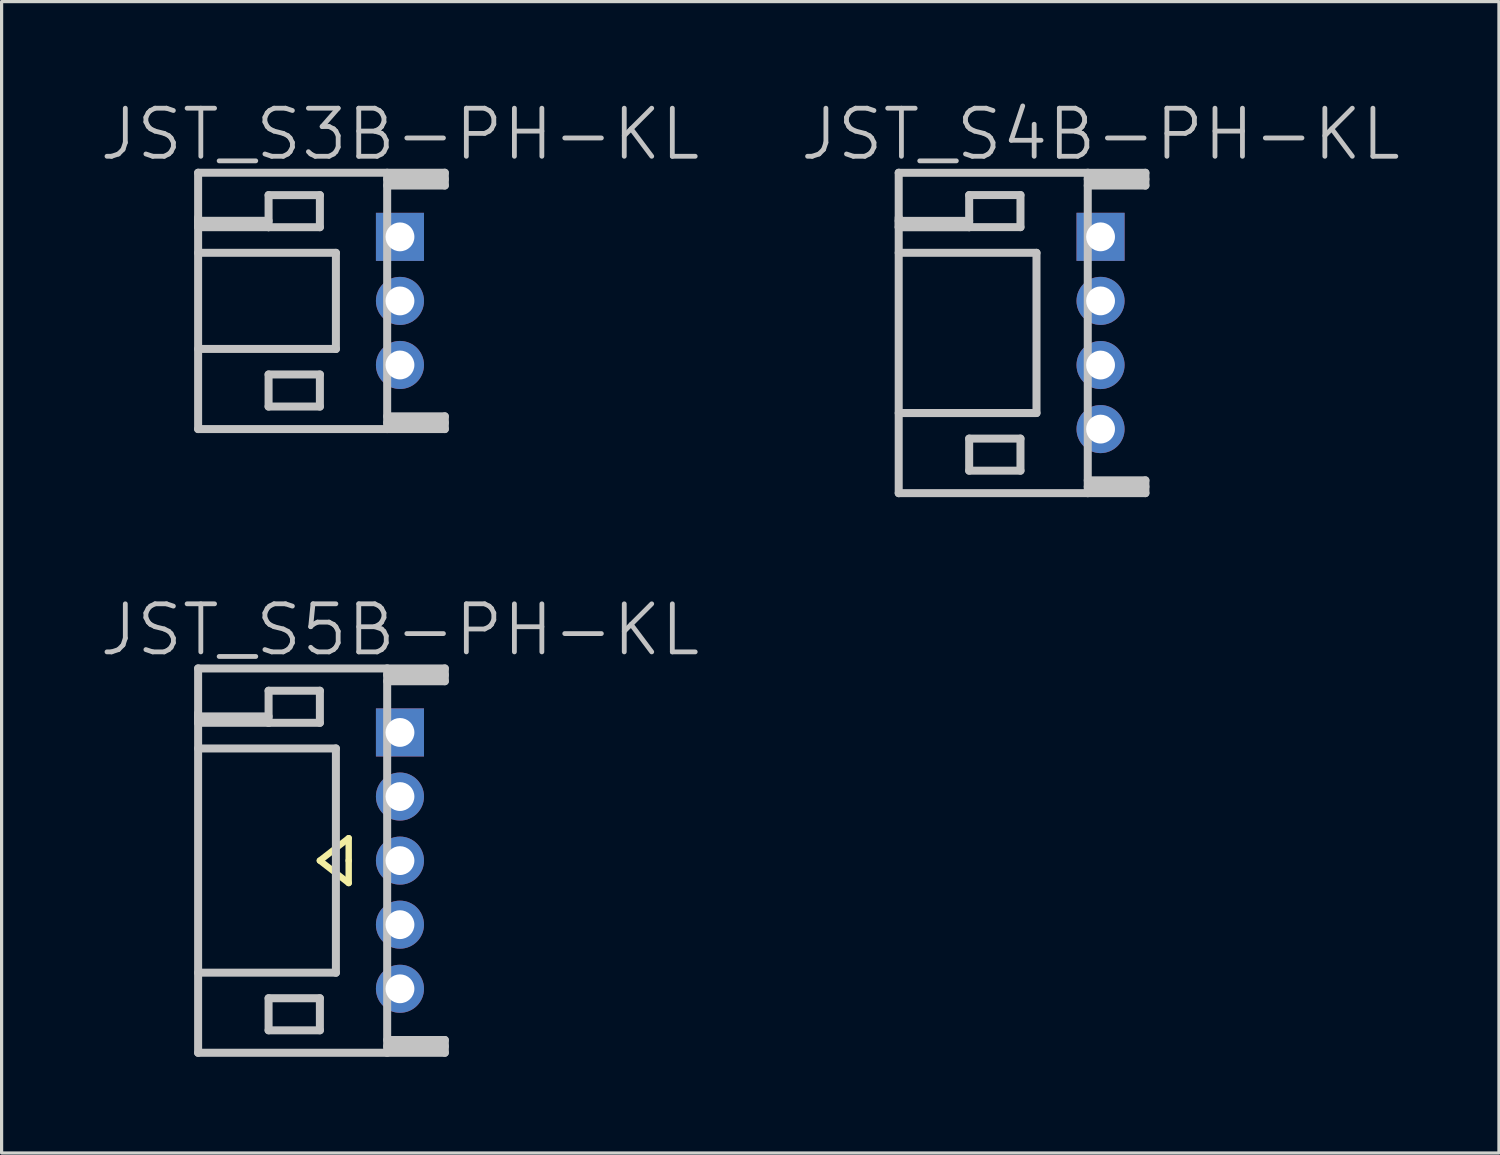
<source format=kicad_pcb>
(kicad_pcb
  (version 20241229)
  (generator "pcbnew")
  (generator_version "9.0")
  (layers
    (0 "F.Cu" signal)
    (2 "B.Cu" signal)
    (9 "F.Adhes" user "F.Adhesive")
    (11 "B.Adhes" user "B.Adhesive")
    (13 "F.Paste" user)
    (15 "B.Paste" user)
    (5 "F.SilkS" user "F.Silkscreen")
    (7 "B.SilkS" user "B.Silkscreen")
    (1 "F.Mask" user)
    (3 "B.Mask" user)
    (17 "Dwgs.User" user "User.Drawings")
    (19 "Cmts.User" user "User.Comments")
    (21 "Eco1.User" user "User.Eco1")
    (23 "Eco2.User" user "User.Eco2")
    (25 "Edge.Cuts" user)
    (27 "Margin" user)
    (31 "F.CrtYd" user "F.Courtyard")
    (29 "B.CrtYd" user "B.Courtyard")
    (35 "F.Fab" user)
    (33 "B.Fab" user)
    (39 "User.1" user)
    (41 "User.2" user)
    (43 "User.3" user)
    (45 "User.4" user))
  (footprint "JST_S3B-PH-KL"
    (layer "F.Cu")
    (at 9.432 6.341)
    (property "Reference" "JST_S3B-PH-KL" (at 0 -5.2 180) (layer "Dwgs.User") (effects (font (size 1.5 1.5) (thickness 0.15))))
    (attr through_hole)
    (fp_line (start -6.299 -4) (end -6.299 4) (stroke (width 0.25) (type solid)) (layer "Dwgs.User"))
    (fp_line (start -6.299 -2.501) (end -4.1 -2.501) (stroke (width 0.25) (type solid)) (layer "Dwgs.User"))
    (fp_line (start -6.299 -2.301) (end -6.299 -2.601) (stroke (width 0.25) (type solid)) (layer "Dwgs.User"))
    (fp_line (start -6.299 4) (end 1.4 4) (stroke (width 0.25) (type solid)) (layer "Dwgs.User"))
    (fp_line (start -4.1 -3.302) (end -2.499 -3.302) (stroke (width 0.25) (type solid)) (layer "Dwgs.User"))
    (fp_line (start -4.1 -2.301) (end -6.299 -2.301) (stroke (width 0.25) (type solid)) (layer "Dwgs.User"))
    (fp_line (start -4.1 -2.301) (end -4.1 -3.302) (stroke (width 0.25) (type solid)) (layer "Dwgs.User"))
    (fp_line (start -4.1 2.296) (end -2.499 2.296) (stroke (width 0.25) (type solid)) (layer "Dwgs.User"))
    (fp_line (start -4.1 3.297) (end -4.1 2.296) (stroke (width 0.25) (type solid)) (layer "Dwgs.User"))
    (fp_line (start -2.499 -3.302) (end -2.499 -2.301) (stroke (width 0.25) (type solid)) (layer "Dwgs.User"))
    (fp_line (start -2.499 -2.301) (end -4.1 -2.301) (stroke (width 0.25) (type solid)) (layer "Dwgs.User"))
    (fp_line (start -2.499 2.296) (end -2.499 3.297) (stroke (width 0.25) (type solid)) (layer "Dwgs.User"))
    (fp_line (start -2.499 3.297) (end -4.1 3.297) (stroke (width 0.25) (type solid)) (layer "Dwgs.User"))
    (fp_line (start -1.999 -1.501) (end -6.299 -1.501) (stroke (width 0.25) (type solid)) (layer "Dwgs.User"))
    (fp_line (start -1.999 -1.501) (end -1.999 1.501) (stroke (width 0.25) (type solid)) (layer "Dwgs.User"))
    (fp_line (start -1.999 1.499) (end -6.299 1.499) (stroke (width 0.25) (type solid)) (layer "Dwgs.User"))
    (fp_line (start -0.399 -4) (end -0.399 4) (stroke (width 0.25) (type solid)) (layer "Dwgs.User"))
    (fp_line (start -0.399 -3.602) (end 1.4 -3.602) (stroke (width 0.25) (type solid)) (layer "Dwgs.User"))
    (fp_line (start 1.4 -4) (end -6.299 -4) (stroke (width 0.25) (type solid)) (layer "Dwgs.User"))
    (fp_line (start 1.4 -3.8) (end -0.399 -3.8) (stroke (width 0.25) (type solid)) (layer "Dwgs.User"))
    (fp_line (start 1.4 -3.602) (end 1.4 -4) (stroke (width 0.25) (type solid)) (layer "Dwgs.User"))
    (fp_line (start 1.4 3.602) (end -0.399 3.602) (stroke (width 0.25) (type solid)) (layer "Dwgs.User"))
    (fp_line (start 1.4 3.8) (end -0.399 3.8) (stroke (width 0.25) (type solid)) (layer "Dwgs.User"))
    (fp_line (start 1.4 4) (end 1.4 3.602) (stroke (width 0.25) (type solid)) (layer "Dwgs.User"))
    (pad "1" thru_hole rect (at 0 -1.999 270) (size 1.5 1.5) (drill 0.9) (layers "*.Cu" "*.Mask"))
    (pad "2" thru_hole circle (at 0 0 270) (size 1.5 1.5) (drill 0.9) (layers "*.Cu" "*.Mask"))
    (pad "3" thru_hole circle (at 0 1.999 270) (size 1.5 1.5) (drill 0.9) (layers "*.Cu" "*.Mask")))
  (footprint "JST_S4B-PH-KL"
    (layer "F.Cu")
    (at 31.296 7.341)
    (property "Reference" "JST_S4B-PH-KL" (at 0 -6.2 180) (layer "Dwgs.User") (effects (font (size 1.5 1.5) (thickness 0.15))))
    (attr through_hole)
    (fp_line (start -6.299 -5.001) (end -6.299 5.001) (stroke (width 0.25) (type solid)) (layer "Dwgs.User"))
    (fp_line (start -6.299 -3.499) (end -4.1 -3.499) (stroke (width 0.25) (type solid)) (layer "Dwgs.User"))
    (fp_line (start -6.299 -3.299) (end -6.299 -3.599) (stroke (width 0.25) (type solid)) (layer "Dwgs.User"))
    (fp_line (start -6.299 4.999) (end 1.4 4.999) (stroke (width 0.25) (type solid)) (layer "Dwgs.User"))
    (fp_line (start -4.1 -4.303) (end -2.499 -4.303) (stroke (width 0.25) (type solid)) (layer "Dwgs.User"))
    (fp_line (start -4.1 -3.302) (end -4.1 -4.303) (stroke (width 0.25) (type solid)) (layer "Dwgs.User"))
    (fp_line (start -4.1 -3.299) (end -6.299 -3.299) (stroke (width 0.25) (type solid)) (layer "Dwgs.User"))
    (fp_line (start -4.1 3.297) (end -2.499 3.297) (stroke (width 0.25) (type solid)) (layer "Dwgs.User"))
    (fp_line (start -4.1 4.298) (end -4.1 3.297) (stroke (width 0.25) (type solid)) (layer "Dwgs.User"))
    (fp_line (start -2.499 -4.303) (end -2.499 -3.302) (stroke (width 0.25) (type solid)) (layer "Dwgs.User"))
    (fp_line (start -2.499 -3.302) (end -4.1 -3.302) (stroke (width 0.25) (type solid)) (layer "Dwgs.User"))
    (fp_line (start -2.499 3.297) (end -2.499 4.298) (stroke (width 0.25) (type solid)) (layer "Dwgs.User"))
    (fp_line (start -2.499 4.298) (end -4.1 4.298) (stroke (width 0.25) (type solid)) (layer "Dwgs.User"))
    (fp_line (start -1.999 -2.502) (end -6.299 -2.502) (stroke (width 0.25) (type solid)) (layer "Dwgs.User"))
    (fp_line (start -1.999 2.499) (end -6.299 2.499) (stroke (width 0.25) (type solid)) (layer "Dwgs.User"))
    (fp_line (start -1.999 2.499) (end -1.999 -2.499) (stroke (width 0.25) (type solid)) (layer "Dwgs.User"))
    (fp_line (start -0.399 -5.001) (end -0.399 5.001) (stroke (width 0.25) (type solid)) (layer "Dwgs.User"))
    (fp_line (start -0.399 -4.6) (end 1.4 -4.6) (stroke (width 0.25) (type solid)) (layer "Dwgs.User"))
    (fp_line (start 1.4 -4.999) (end -6.299 -4.999) (stroke (width 0.25) (type solid)) (layer "Dwgs.User"))
    (fp_line (start 1.4 -4.798) (end -0.399 -4.798) (stroke (width 0.25) (type solid)) (layer "Dwgs.User"))
    (fp_line (start 1.4 -4.6) (end 1.4 -4.999) (stroke (width 0.25) (type solid)) (layer "Dwgs.User"))
    (fp_line (start 1.4 4.6) (end -0.399 4.6) (stroke (width 0.25) (type solid)) (layer "Dwgs.User"))
    (fp_line (start 1.4 4.798) (end -0.399 4.798) (stroke (width 0.25) (type solid)) (layer "Dwgs.User"))
    (fp_line (start 1.4 4.999) (end 1.4 4.6) (stroke (width 0.25) (type solid)) (layer "Dwgs.User"))
    (pad "1" thru_hole rect (at 0 -3 270) (size 1.5 1.5) (drill 0.9) (layers "*.Cu" "*.Mask"))
    (pad "2" thru_hole circle (at 0 -1.001 270) (size 1.5 1.5) (drill 0.9) (layers "*.Cu" "*.Mask"))
    (pad "3" thru_hole circle (at 0 1.001 270) (size 1.5 1.5) (drill 0.9) (layers "*.Cu" "*.Mask"))
    (pad "4" thru_hole circle (at 0 3 270) (size 1.5 1.5) (drill 0.9) (layers "*.Cu" "*.Mask")))
  (footprint "JST_S5B-PH-KL"
    (layer "F.Cu")
    (at 9.432 23.808)
    (property "Reference" "JST_S5B-PH-KL" (at 0 -7.2 180) (layer "Dwgs.User") (effects (font (size 1.5 1.5) (thickness 0.15))))
    (attr through_hole)
    (fp_line (start -2.5 0) (end -1.6 0.7) (stroke (width 0.2) (type solid)) (layer "F.SilkS"))
    (fp_line (start -1.6 -0.7) (end -2.5 0) (stroke (width 0.2) (type solid)) (layer "F.SilkS"))
    (fp_line (start -1.6 0) (end -1.6 -0.7) (stroke (width 0.2) (type solid)) (layer "F.SilkS"))
    (fp_line (start -1.6 0.7) (end -1.6 0) (stroke (width 0.2) (type solid)) (layer "F.SilkS"))
    (fp_line (start -6.299 -5.999) (end -6.299 5.999) (stroke (width 0.25) (type solid)) (layer "Dwgs.User"))
    (fp_line (start -6.299 -4.5) (end -4.1 -4.5) (stroke (width 0.25) (type solid)) (layer "Dwgs.User"))
    (fp_line (start -6.299 -4.3) (end -6.299 -4.6) (stroke (width 0.25) (type solid)) (layer "Dwgs.User"))
    (fp_line (start -6.299 5.997) (end 1.4 5.997) (stroke (width 0.25) (type solid)) (layer "Dwgs.User"))
    (fp_line (start -4.1 -5.301) (end -2.499 -5.301) (stroke (width 0.25) (type solid)) (layer "Dwgs.User"))
    (fp_line (start -4.1 -4.3) (end -6.299 -4.3) (stroke (width 0.25) (type solid)) (layer "Dwgs.User"))
    (fp_line (start -4.1 -4.3) (end -4.1 -5.301) (stroke (width 0.25) (type solid)) (layer "Dwgs.User"))
    (fp_line (start -4.1 4.295) (end -2.499 4.295) (stroke (width 0.25) (type solid)) (layer "Dwgs.User"))
    (fp_line (start -4.1 5.296) (end -4.1 4.295) (stroke (width 0.25) (type solid)) (layer "Dwgs.User"))
    (fp_line (start -2.499 -5.301) (end -2.499 -4.3) (stroke (width 0.25) (type solid)) (layer "Dwgs.User"))
    (fp_line (start -2.499 -4.3) (end -4.1 -4.3) (stroke (width 0.25) (type solid)) (layer "Dwgs.User"))
    (fp_line (start -2.499 4.295) (end -2.499 5.296) (stroke (width 0.25) (type solid)) (layer "Dwgs.User"))
    (fp_line (start -2.499 5.296) (end -4.1 5.296) (stroke (width 0.25) (type solid)) (layer "Dwgs.User"))
    (fp_line (start -1.999 -3.5) (end -6.299 -3.5) (stroke (width 0.25) (type solid)) (layer "Dwgs.User"))
    (fp_line (start -1.999 -3.5) (end -1.999 3.5) (stroke (width 0.25) (type solid)) (layer "Dwgs.User"))
    (fp_line (start -1.999 3.498) (end -6.299 3.498) (stroke (width 0.25) (type solid)) (layer "Dwgs.User"))
    (fp_line (start -0.399 -5.999) (end -0.399 5.999) (stroke (width 0.25) (type solid)) (layer "Dwgs.User"))
    (fp_line (start -0.399 -5.598) (end 1.4 -5.598) (stroke (width 0.25) (type solid)) (layer "Dwgs.User"))
    (fp_line (start 1.4 -5.997) (end -6.299 -5.997) (stroke (width 0.25) (type solid)) (layer "Dwgs.User"))
    (fp_line (start 1.4 -5.796) (end -0.399 -5.796) (stroke (width 0.25) (type solid)) (layer "Dwgs.User"))
    (fp_line (start 1.4 -5.598) (end 1.4 -5.997) (stroke (width 0.25) (type solid)) (layer "Dwgs.User"))
    (fp_line (start 1.4 5.598) (end -0.399 5.598) (stroke (width 0.25) (type solid)) (layer "Dwgs.User"))
    (fp_line (start 1.4 5.796) (end -0.399 5.796) (stroke (width 0.25) (type solid)) (layer "Dwgs.User"))
    (fp_line (start 1.4 5.997) (end 1.4 5.598) (stroke (width 0.25) (type solid)) (layer "Dwgs.User"))
    (pad "1" thru_hole rect (at 0 -4) (size 1.5 1.5) (drill 0.9) (layers "*.Cu" "*.Mask"))
    (pad "2" thru_hole circle (at 0 -1.999 270) (size 1.5 1.5) (drill 0.9) (layers "*.Cu" "*.Mask"))
    (pad "3" thru_hole circle (at 0 0 270) (size 1.5 1.5) (drill 0.9) (layers "*.Cu" "*.Mask"))
    (pad "4" thru_hole circle (at 0 1.999 270) (size 1.5 1.5) (drill 0.9) (layers "*.Cu" "*.Mask"))
    (pad "5" thru_hole circle (at 0 4 270) (size 1.5 1.5) (drill 0.9) (layers "*.Cu" "*.Mask")))
  (gr_rect
    (start -3 -3)
    (end 43.729 32.932)
    (stroke (width 0.1) (type default))
    (fill no)
    (layer "Edge.Cuts")))
</source>
